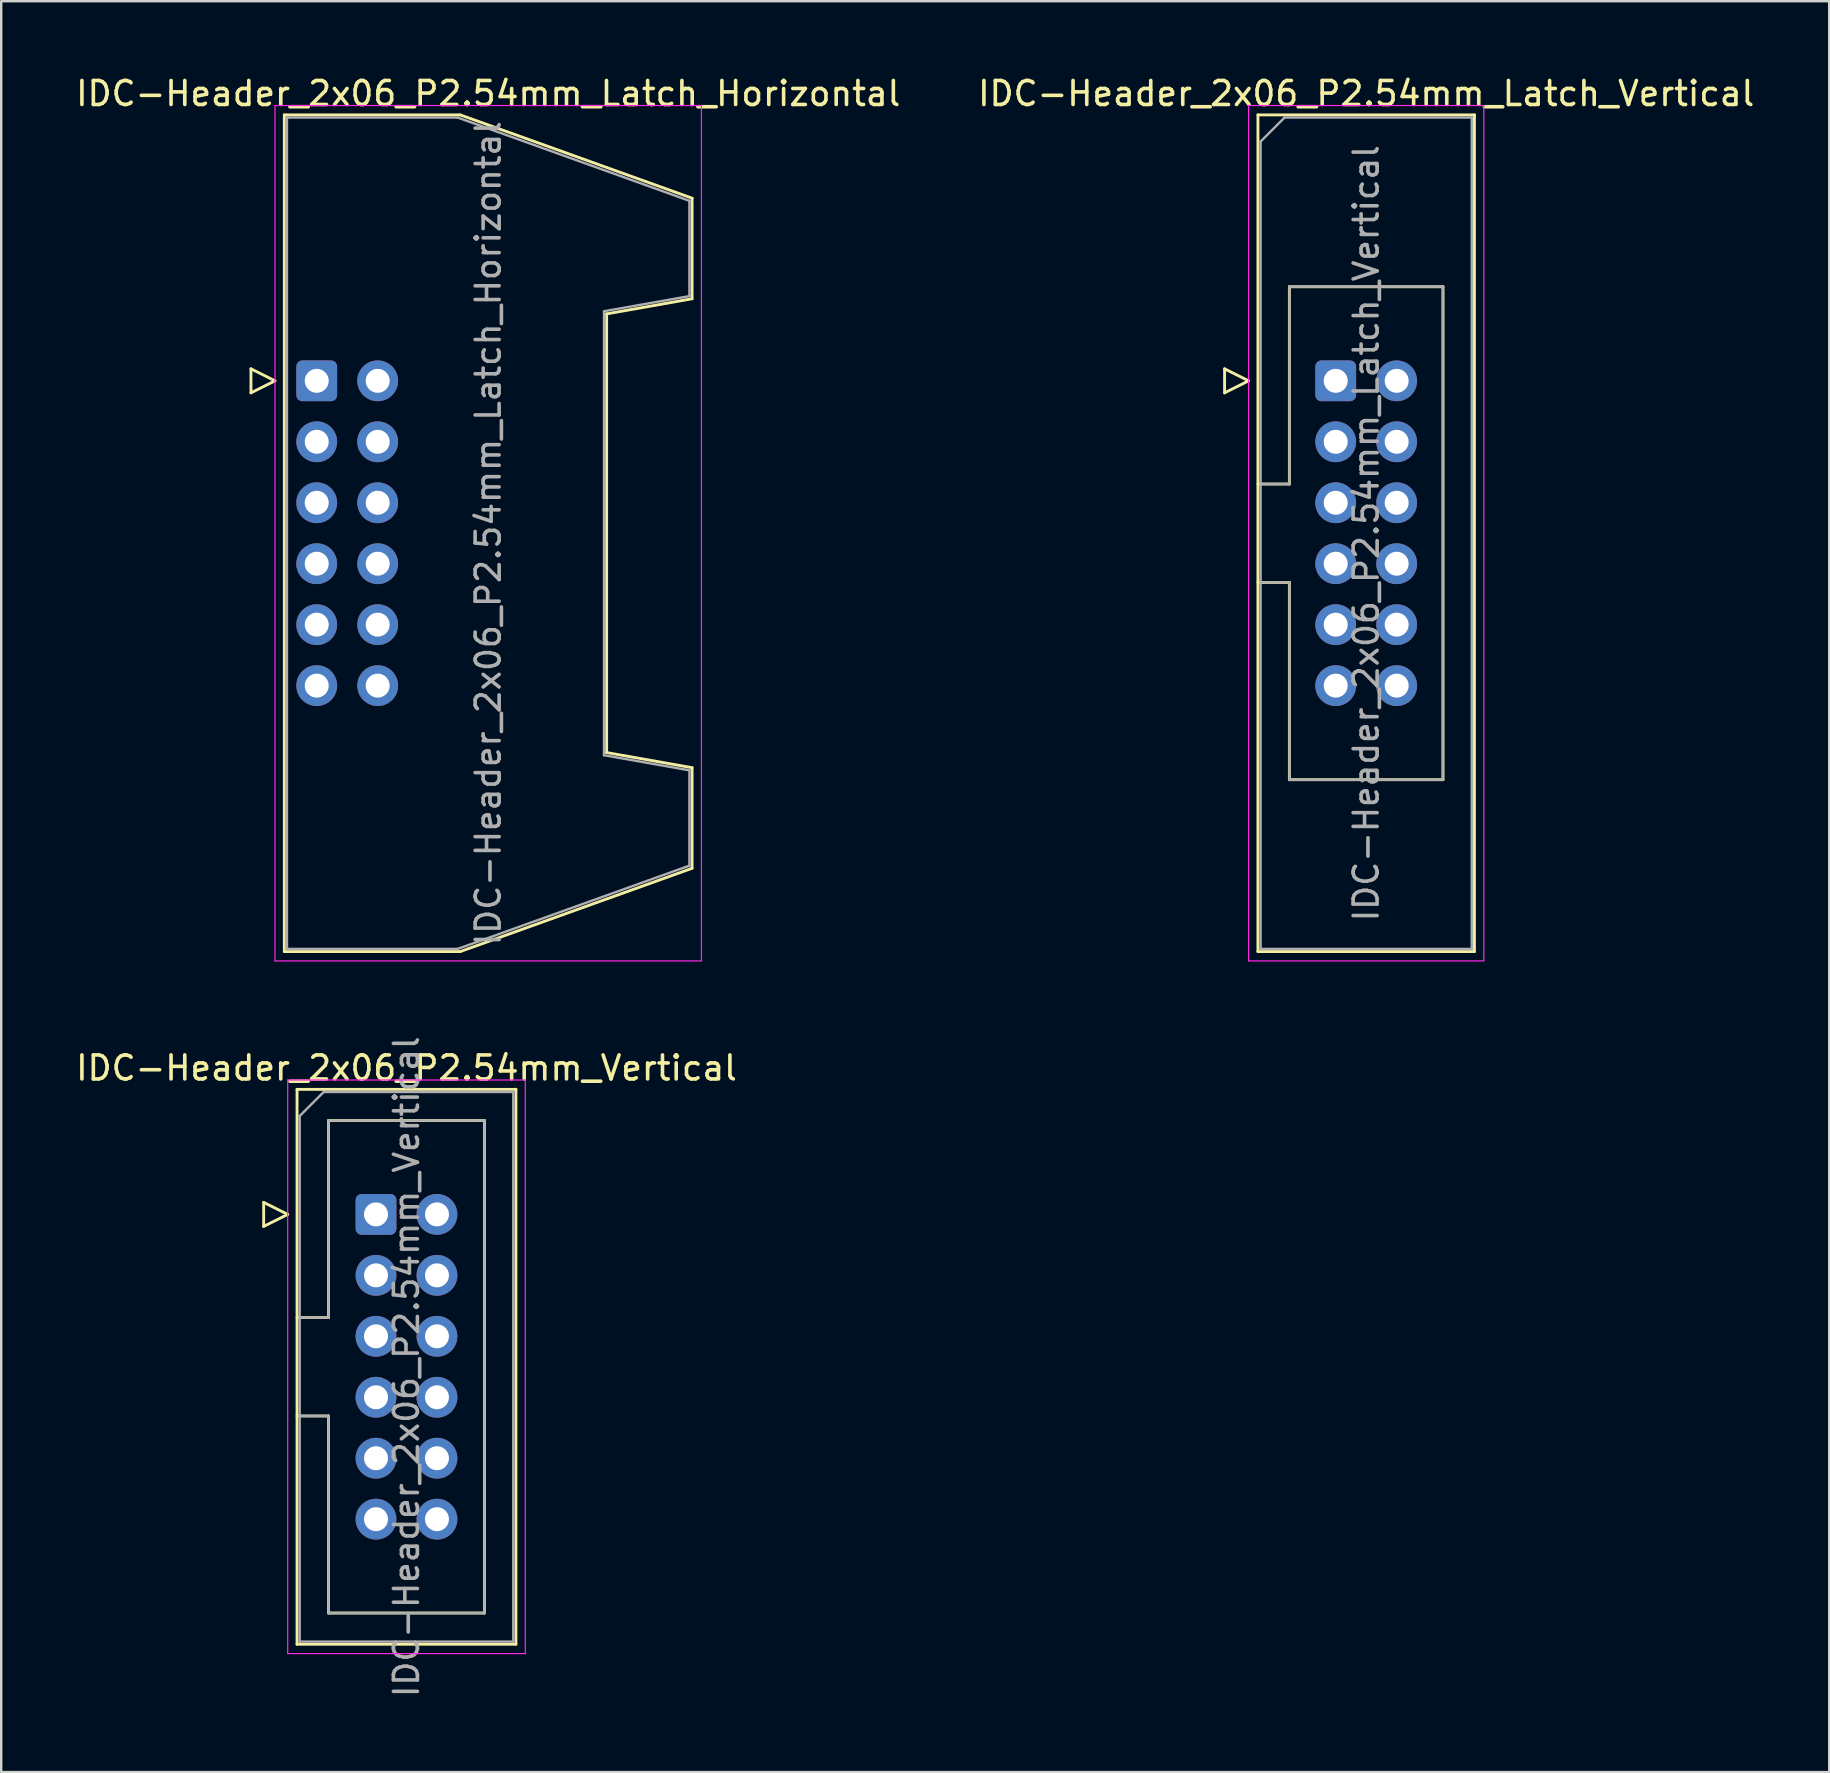
<source format=kicad_pcb>
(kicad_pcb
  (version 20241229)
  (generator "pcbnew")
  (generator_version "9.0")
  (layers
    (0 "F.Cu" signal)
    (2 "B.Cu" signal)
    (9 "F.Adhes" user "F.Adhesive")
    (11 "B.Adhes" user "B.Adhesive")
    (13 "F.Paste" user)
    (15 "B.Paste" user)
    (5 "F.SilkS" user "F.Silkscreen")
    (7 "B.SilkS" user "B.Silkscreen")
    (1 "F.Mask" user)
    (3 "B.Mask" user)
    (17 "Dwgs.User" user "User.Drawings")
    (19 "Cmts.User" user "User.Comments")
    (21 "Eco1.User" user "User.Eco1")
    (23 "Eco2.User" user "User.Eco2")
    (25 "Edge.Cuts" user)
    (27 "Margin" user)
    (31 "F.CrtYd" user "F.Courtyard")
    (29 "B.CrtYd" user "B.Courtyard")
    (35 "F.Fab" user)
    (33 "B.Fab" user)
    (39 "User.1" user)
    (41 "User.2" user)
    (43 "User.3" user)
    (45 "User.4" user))
  (footprint "IDC-Header_2x06_P2.54mm_Latch_Vertical"
    (layer "F.Cu")
    (at 52.605 12.818)
    (property "Reference" "IDC-Header_2x06_P2.54mm_Latch_Vertical" (at 1.27 -11.97 0) (layer "F.SilkS") (effects (font (size 1 1) (thickness 0.15))))
    (attr through_hole)
    (fp_line (start -4.63 -0.5) (end -4.63 0.5) (stroke (width 0.12) (type solid)) (layer "F.SilkS"))
    (fp_line (start -4.63 0.5) (end -3.63 0) (stroke (width 0.12) (type solid)) (layer "F.SilkS"))
    (fp_line (start -3.63 0) (end -4.63 -0.5) (stroke (width 0.12) (type solid)) (layer "F.SilkS"))
    (fp_line (start -3.24 -11.08) (end 5.78 -11.08) (stroke (width 0.12) (type solid)) (layer "F.SilkS"))
    (fp_line (start -3.24 4.3) (end -1.93 4.3) (stroke (width 0.12) (type solid)) (layer "F.SilkS"))
    (fp_line (start -3.24 23.78) (end -3.24 -11.08) (stroke (width 0.12) (type solid)) (layer "F.SilkS"))
    (fp_line (start -1.93 -3.92) (end 4.47 -3.92) (stroke (width 0.12) (type solid)) (layer "F.SilkS"))
    (fp_line (start -1.93 4.3) (end -1.93 -3.92) (stroke (width 0.12) (type solid)) (layer "F.SilkS"))
    (fp_line (start -1.93 8.4) (end -3.24 8.4) (stroke (width 0.12) (type solid)) (layer "F.SilkS"))
    (fp_line (start -1.93 8.4) (end -1.93 8.4) (stroke (width 0.12) (type solid)) (layer "F.SilkS"))
    (fp_line (start -1.93 16.62) (end -1.93 8.4) (stroke (width 0.12) (type solid)) (layer "F.SilkS"))
    (fp_line (start 4.47 -3.92) (end 4.47 16.62) (stroke (width 0.12) (type solid)) (layer "F.SilkS"))
    (fp_line (start 4.47 16.62) (end -1.93 16.62) (stroke (width 0.12) (type solid)) (layer "F.SilkS"))
    (fp_line (start 5.78 -11.08) (end 5.78 23.78) (stroke (width 0.12) (type solid)) (layer "F.SilkS"))
    (fp_line (start 5.78 23.78) (end -3.24 23.78) (stroke (width 0.12) (type solid)) (layer "F.SilkS"))
    (fp_line (start -3.63 -11.47) (end -3.63 24.17) (stroke (width 0.05) (type solid)) (layer "F.CrtYd"))
    (fp_line (start -3.63 24.17) (end 6.17 24.17) (stroke (width 0.05) (type solid)) (layer "F.CrtYd"))
    (fp_line (start 6.17 -11.47) (end -3.63 -11.47) (stroke (width 0.05) (type solid)) (layer "F.CrtYd"))
    (fp_line (start 6.17 24.17) (end 6.17 -11.47) (stroke (width 0.05) (type solid)) (layer "F.CrtYd"))
    (fp_line (start -3.13 -9.97) (end -2.13 -10.97) (stroke (width 0.1) (type solid)) (layer "F.Fab"))
    (fp_line (start -3.13 4.3) (end -1.93 4.3) (stroke (width 0.1) (type solid)) (layer "F.Fab"))
    (fp_line (start -3.13 23.67) (end -3.13 -9.97) (stroke (width 0.1) (type solid)) (layer "F.Fab"))
    (fp_line (start -2.13 -10.97) (end 5.67 -10.97) (stroke (width 0.1) (type solid)) (layer "F.Fab"))
    (fp_line (start -1.93 -3.92) (end 4.47 -3.92) (stroke (width 0.1) (type solid)) (layer "F.Fab"))
    (fp_line (start -1.93 4.3) (end -1.93 -3.92) (stroke (width 0.1) (type solid)) (layer "F.Fab"))
    (fp_line (start -1.93 8.4) (end -3.13 8.4) (stroke (width 0.1) (type solid)) (layer "F.Fab"))
    (fp_line (start -1.93 8.4) (end -1.93 8.4) (stroke (width 0.1) (type solid)) (layer "F.Fab"))
    (fp_line (start -1.93 16.62) (end -1.93 8.4) (stroke (width 0.1) (type solid)) (layer "F.Fab"))
    (fp_line (start 4.47 -3.92) (end 4.47 16.62) (stroke (width 0.1) (type solid)) (layer "F.Fab"))
    (fp_line (start 4.47 16.62) (end -1.93 16.62) (stroke (width 0.1) (type solid)) (layer "F.Fab"))
    (fp_line (start 5.67 -10.97) (end 5.67 23.67) (stroke (width 0.1) (type solid)) (layer "F.Fab"))
    (fp_line (start 5.67 23.67) (end -3.13 23.67) (stroke (width 0.1) (type solid)) (layer "F.Fab"))
    (fp_text user "${REFERENCE}" (at 1.27 6.35 90) (layer "F.Fab") (effects (font (size 1 1) (thickness 0.15))))
    (pad "1" thru_hole roundrect (at 0 0) (size 1.7 1.7) (drill 1) (layers "*.Cu" "*.Mask") (roundrect_rratio 0.147))
    (pad "2" thru_hole circle (at 2.54 0) (size 1.7 1.7) (drill 1) (layers "*.Cu" "*.Mask"))
    (pad "3" thru_hole circle (at 0 2.54) (size 1.7 1.7) (drill 1) (layers "*.Cu" "*.Mask"))
    (pad "4" thru_hole circle (at 2.54 2.54) (size 1.7 1.7) (drill 1) (layers "*.Cu" "*.Mask"))
    (pad "5" thru_hole circle (at 0 5.08) (size 1.7 1.7) (drill 1) (layers "*.Cu" "*.Mask"))
    (pad "6" thru_hole circle (at 2.54 5.08) (size 1.7 1.7) (drill 1) (layers "*.Cu" "*.Mask"))
    (pad "7" thru_hole circle (at 0 7.62) (size 1.7 1.7) (drill 1) (layers "*.Cu" "*.Mask"))
    (pad "8" thru_hole circle (at 2.54 7.62) (size 1.7 1.7) (drill 1) (layers "*.Cu" "*.Mask"))
    (pad "9" thru_hole circle (at 0 10.16) (size 1.7 1.7) (drill 1) (layers "*.Cu" "*.Mask"))
    (pad "10" thru_hole circle (at 2.54 10.16) (size 1.7 1.7) (drill 1) (layers "*.Cu" "*.Mask"))
    (pad "11" thru_hole circle (at 0 12.7) (size 1.7 1.7) (drill 1) (layers "*.Cu" "*.Mask"))
    (pad "12" thru_hole circle (at 2.54 12.7) (size 1.7 1.7) (drill 1) (layers "*.Cu" "*.Mask")))
  (footprint "IDC-Header_2x06_P2.54mm_Latch_Horizontal"
    (layer "F.Cu")
    (at 10.147 12.818)
    (property "Reference" "IDC-Header_2x06_P2.54mm_Latch_Horizontal" (at 7.145 -11.97 0) (layer "F.SilkS") (effects (font (size 1 1) (thickness 0.15))))
    (attr through_hole)
    (fp_line (start -2.74 -0.5) (end -2.74 0.5) (stroke (width 0.12) (type solid)) (layer "F.SilkS"))
    (fp_line (start -2.74 0.5) (end -1.74 0) (stroke (width 0.12) (type solid)) (layer "F.SilkS"))
    (fp_line (start -1.74 0) (end -2.74 -0.5) (stroke (width 0.12) (type solid)) (layer "F.SilkS"))
    (fp_line (start -1.35 -11.08) (end 5.98 -11.08) (stroke (width 0.12) (type solid)) (layer "F.SilkS"))
    (fp_line (start -1.35 23.78) (end -1.35 -11.08) (stroke (width 0.12) (type solid)) (layer "F.SilkS"))
    (fp_line (start 5.98 -11.08) (end 15.64 -7.61) (stroke (width 0.12) (type solid)) (layer "F.SilkS"))
    (fp_line (start 5.98 23.78) (end -1.35 23.78) (stroke (width 0.12) (type solid)) (layer "F.SilkS"))
    (fp_line (start 12.08 -2.79) (end 12.08 15.49) (stroke (width 0.12) (type solid)) (layer "F.SilkS"))
    (fp_line (start 12.08 15.49) (end 15.64 16.12) (stroke (width 0.12) (type solid)) (layer "F.SilkS"))
    (fp_line (start 15.64 -7.61) (end 15.64 -3.42) (stroke (width 0.12) (type solid)) (layer "F.SilkS"))
    (fp_line (start 15.64 -3.42) (end 12.08 -2.79) (stroke (width 0.12) (type solid)) (layer "F.SilkS"))
    (fp_line (start 15.64 16.12) (end 15.64 20.31) (stroke (width 0.12) (type solid)) (layer "F.SilkS"))
    (fp_line (start 15.64 20.31) (end 5.98 23.78) (stroke (width 0.12) (type solid)) (layer "F.SilkS"))
    (fp_line (start -1.74 -11.47) (end -1.74 24.17) (stroke (width 0.05) (type solid)) (layer "F.CrtYd"))
    (fp_line (start -1.74 24.17) (end 16.03 24.17) (stroke (width 0.05) (type solid)) (layer "F.CrtYd"))
    (fp_line (start 16.03 -11.47) (end -1.74 -11.47) (stroke (width 0.05) (type solid)) (layer "F.CrtYd"))
    (fp_line (start 16.03 24.17) (end 16.03 -11.47) (stroke (width 0.05) (type solid)) (layer "F.CrtYd"))
    (fp_line (start -1.24 -10.97) (end 5.87 -10.97) (stroke (width 0.1) (type solid)) (layer "F.Fab"))
    (fp_line (start -1.24 23.67) (end -1.24 -10.97) (stroke (width 0.1) (type solid)) (layer "F.Fab"))
    (fp_line (start 5.87 -10.97) (end 15.53 -7.5) (stroke (width 0.1) (type solid)) (layer "F.Fab"))
    (fp_line (start 5.87 23.67) (end -1.24 23.67) (stroke (width 0.1) (type solid)) (layer "F.Fab"))
    (fp_line (start 11.97 -2.9) (end 11.97 15.6) (stroke (width 0.1) (type solid)) (layer "F.Fab"))
    (fp_line (start 11.97 15.6) (end 15.53 16.23) (stroke (width 0.1) (type solid)) (layer "F.Fab"))
    (fp_line (start 15.53 -7.5) (end 15.53 -3.53) (stroke (width 0.1) (type solid)) (layer "F.Fab"))
    (fp_line (start 15.53 -3.53) (end 11.97 -2.9) (stroke (width 0.1) (type solid)) (layer "F.Fab"))
    (fp_line (start 15.53 16.23) (end 15.53 20.2) (stroke (width 0.1) (type solid)) (layer "F.Fab"))
    (fp_line (start 15.53 20.2) (end 5.87 23.67) (stroke (width 0.1) (type solid)) (layer "F.Fab"))
    (fp_text user "${REFERENCE}" (at 7.145 6.35 90) (layer "F.Fab") (effects (font (size 1 1) (thickness 0.15))))
    (pad "1" thru_hole roundrect (at 0 0) (size 1.7 1.7) (drill 1) (layers "*.Cu" "*.Mask") (roundrect_rratio 0.147))
    (pad "2" thru_hole circle (at 2.54 0) (size 1.7 1.7) (drill 1) (layers "*.Cu" "*.Mask"))
    (pad "3" thru_hole circle (at 0 2.54) (size 1.7 1.7) (drill 1) (layers "*.Cu" "*.Mask"))
    (pad "4" thru_hole circle (at 2.54 2.54) (size 1.7 1.7) (drill 1) (layers "*.Cu" "*.Mask"))
    (pad "5" thru_hole circle (at 0 5.08) (size 1.7 1.7) (drill 1) (layers "*.Cu" "*.Mask"))
    (pad "6" thru_hole circle (at 2.54 5.08) (size 1.7 1.7) (drill 1) (layers "*.Cu" "*.Mask"))
    (pad "7" thru_hole circle (at 0 7.62) (size 1.7 1.7) (drill 1) (layers "*.Cu" "*.Mask"))
    (pad "8" thru_hole circle (at 2.54 7.62) (size 1.7 1.7) (drill 1) (layers "*.Cu" "*.Mask"))
    (pad "9" thru_hole circle (at 0 10.16) (size 1.7 1.7) (drill 1) (layers "*.Cu" "*.Mask"))
    (pad "10" thru_hole circle (at 2.54 10.16) (size 1.7 1.7) (drill 1) (layers "*.Cu" "*.Mask"))
    (pad "11" thru_hole circle (at 0 12.7) (size 1.7 1.7) (drill 1) (layers "*.Cu" "*.Mask"))
    (pad "12" thru_hole circle (at 2.54 12.7) (size 1.7 1.7) (drill 1) (layers "*.Cu" "*.Mask")))
  (footprint "IDC-Header_2x06_P2.54mm_Vertical"
    (layer "F.Cu")
    (at 12.617 47.55)
    (property "Reference" "IDC-Header_2x06_P2.54mm_Vertical" (at 1.27 -6.1 0) (layer "F.SilkS") (effects (font (size 1 1) (thickness 0.15))))
    (attr through_hole)
    (fp_line (start -4.68 -0.5) (end -4.68 0.5) (stroke (width 0.12) (type solid)) (layer "F.SilkS"))
    (fp_line (start -4.68 0.5) (end -3.68 0) (stroke (width 0.12) (type solid)) (layer "F.SilkS"))
    (fp_line (start -3.68 0) (end -4.68 -0.5) (stroke (width 0.12) (type solid)) (layer "F.SilkS"))
    (fp_line (start -3.29 -5.21) (end 5.83 -5.21) (stroke (width 0.12) (type solid)) (layer "F.SilkS"))
    (fp_line (start -3.29 4.3) (end -1.98 4.3) (stroke (width 0.12) (type solid)) (layer "F.SilkS"))
    (fp_line (start -3.29 17.91) (end -3.29 -5.21) (stroke (width 0.12) (type solid)) (layer "F.SilkS"))
    (fp_line (start -1.98 -3.91) (end 4.52 -3.91) (stroke (width 0.12) (type solid)) (layer "F.SilkS"))
    (fp_line (start -1.98 4.3) (end -1.98 -3.91) (stroke (width 0.12) (type solid)) (layer "F.SilkS"))
    (fp_line (start -1.98 8.4) (end -3.29 8.4) (stroke (width 0.12) (type solid)) (layer "F.SilkS"))
    (fp_line (start -1.98 8.4) (end -1.98 8.4) (stroke (width 0.12) (type solid)) (layer "F.SilkS"))
    (fp_line (start -1.98 16.61) (end -1.98 8.4) (stroke (width 0.12) (type solid)) (layer "F.SilkS"))
    (fp_line (start 4.52 -3.91) (end 4.52 16.61) (stroke (width 0.12) (type solid)) (layer "F.SilkS"))
    (fp_line (start 4.52 16.61) (end -1.98 16.61) (stroke (width 0.12) (type solid)) (layer "F.SilkS"))
    (fp_line (start 5.83 -5.21) (end 5.83 17.91) (stroke (width 0.12) (type solid)) (layer "F.SilkS"))
    (fp_line (start 5.83 17.91) (end -3.29 17.91) (stroke (width 0.12) (type solid)) (layer "F.SilkS"))
    (fp_line (start -3.68 -5.6) (end -3.68 18.3) (stroke (width 0.05) (type solid)) (layer "F.CrtYd"))
    (fp_line (start -3.68 18.3) (end 6.22 18.3) (stroke (width 0.05) (type solid)) (layer "F.CrtYd"))
    (fp_line (start 6.22 -5.6) (end -3.68 -5.6) (stroke (width 0.05) (type solid)) (layer "F.CrtYd"))
    (fp_line (start 6.22 18.3) (end 6.22 -5.6) (stroke (width 0.05) (type solid)) (layer "F.CrtYd"))
    (fp_line (start -3.18 -4.1) (end -2.18 -5.1) (stroke (width 0.1) (type solid)) (layer "F.Fab"))
    (fp_line (start -3.18 4.3) (end -1.98 4.3) (stroke (width 0.1) (type solid)) (layer "F.Fab"))
    (fp_line (start -3.18 17.8) (end -3.18 -4.1) (stroke (width 0.1) (type solid)) (layer "F.Fab"))
    (fp_line (start -2.18 -5.1) (end 5.72 -5.1) (stroke (width 0.1) (type solid)) (layer "F.Fab"))
    (fp_line (start -1.98 -3.91) (end 4.52 -3.91) (stroke (width 0.1) (type solid)) (layer "F.Fab"))
    (fp_line (start -1.98 4.3) (end -1.98 -3.91) (stroke (width 0.1) (type solid)) (layer "F.Fab"))
    (fp_line (start -1.98 8.4) (end -3.18 8.4) (stroke (width 0.1) (type solid)) (layer "F.Fab"))
    (fp_line (start -1.98 8.4) (end -1.98 8.4) (stroke (width 0.1) (type solid)) (layer "F.Fab"))
    (fp_line (start -1.98 16.61) (end -1.98 8.4) (stroke (width 0.1) (type solid)) (layer "F.Fab"))
    (fp_line (start 4.52 -3.91) (end 4.52 16.61) (stroke (width 0.1) (type solid)) (layer "F.Fab"))
    (fp_line (start 4.52 16.61) (end -1.98 16.61) (stroke (width 0.1) (type solid)) (layer "F.Fab"))
    (fp_line (start 5.72 -5.1) (end 5.72 17.8) (stroke (width 0.1) (type solid)) (layer "F.Fab"))
    (fp_line (start 5.72 17.8) (end -3.18 17.8) (stroke (width 0.1) (type solid)) (layer "F.Fab"))
    (fp_text user "${REFERENCE}" (at 1.27 6.35 90) (layer "F.Fab") (effects (font (size 1 1) (thickness 0.15))))
    (pad "1" thru_hole roundrect (at 0 0) (size 1.7 1.7) (drill 1) (layers "*.Cu" "*.Mask") (roundrect_rratio 0.147))
    (pad "2" thru_hole circle (at 2.54 0) (size 1.7 1.7) (drill 1) (layers "*.Cu" "*.Mask"))
    (pad "3" thru_hole circle (at 0 2.54) (size 1.7 1.7) (drill 1) (layers "*.Cu" "*.Mask"))
    (pad "4" thru_hole circle (at 2.54 2.54) (size 1.7 1.7) (drill 1) (layers "*.Cu" "*.Mask"))
    (pad "5" thru_hole circle (at 0 5.08) (size 1.7 1.7) (drill 1) (layers "*.Cu" "*.Mask"))
    (pad "6" thru_hole circle (at 2.54 5.08) (size 1.7 1.7) (drill 1) (layers "*.Cu" "*.Mask"))
    (pad "7" thru_hole circle (at 0 7.62) (size 1.7 1.7) (drill 1) (layers "*.Cu" "*.Mask"))
    (pad "8" thru_hole circle (at 2.54 7.62) (size 1.7 1.7) (drill 1) (layers "*.Cu" "*.Mask"))
    (pad "9" thru_hole circle (at 0 10.16) (size 1.7 1.7) (drill 1) (layers "*.Cu" "*.Mask"))
    (pad "10" thru_hole circle (at 2.54 10.16) (size 1.7 1.7) (drill 1) (layers "*.Cu" "*.Mask"))
    (pad "11" thru_hole circle (at 0 12.7) (size 1.7 1.7) (drill 1) (layers "*.Cu" "*.Mask"))
    (pad "12" thru_hole circle (at 2.54 12.7) (size 1.7 1.7) (drill 1) (layers "*.Cu" "*.Mask")))
  (gr_rect
    (start -3 -3)
    (end 73.167 70.787)
    (stroke (width 0.1) (type default))
    (fill no)
    (layer "Edge.Cuts")))
</source>
